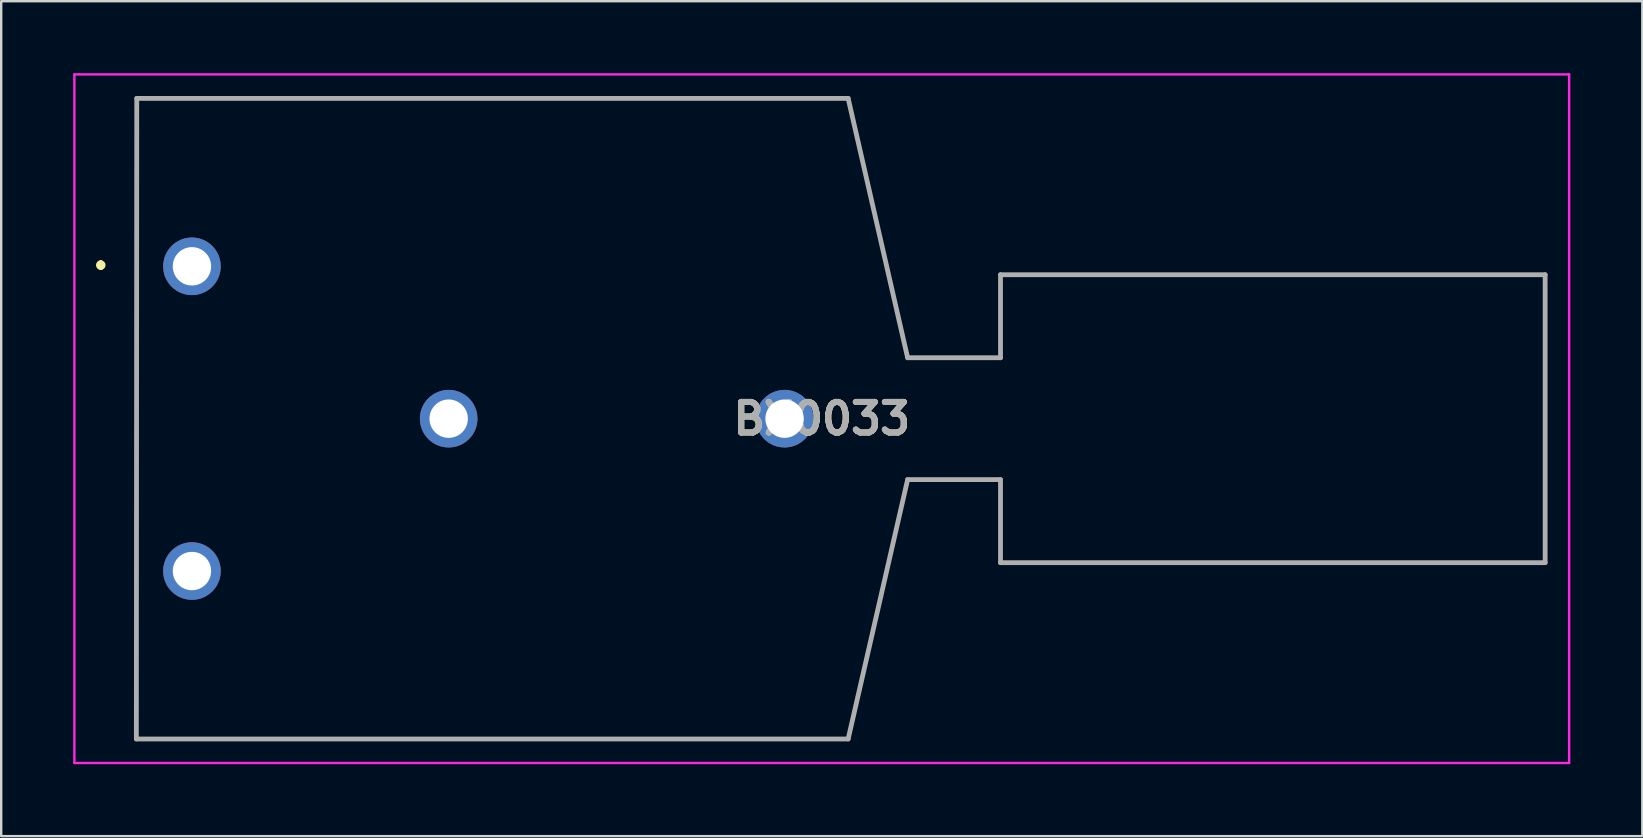
<source format=kicad_pcb>
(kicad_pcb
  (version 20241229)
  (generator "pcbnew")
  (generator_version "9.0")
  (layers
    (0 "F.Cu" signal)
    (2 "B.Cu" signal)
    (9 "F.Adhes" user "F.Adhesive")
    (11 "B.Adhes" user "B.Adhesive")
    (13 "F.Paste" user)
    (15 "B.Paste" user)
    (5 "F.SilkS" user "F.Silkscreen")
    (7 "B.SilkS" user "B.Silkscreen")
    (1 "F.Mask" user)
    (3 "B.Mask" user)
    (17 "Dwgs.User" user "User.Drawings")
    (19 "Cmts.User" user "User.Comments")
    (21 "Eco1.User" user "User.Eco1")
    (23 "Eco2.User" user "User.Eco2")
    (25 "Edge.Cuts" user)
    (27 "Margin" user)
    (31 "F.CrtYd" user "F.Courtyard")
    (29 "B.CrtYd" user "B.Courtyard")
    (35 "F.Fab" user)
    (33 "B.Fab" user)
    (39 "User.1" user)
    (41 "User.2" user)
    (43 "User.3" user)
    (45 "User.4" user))
  (footprint "BX0033"
    (layer "F.Cu")
    (at 2.65 14.4)
    (property "Reference" "BX0033" (at 28.55 0 0) (layer "F.SilkS") (effects (font (size 1.27 1.27) (thickness 0.254))))
    (attr through_hole)
    (fp_line (start -1.5 -6.5) (end -1.5 -6.5) (stroke (width 0.2) (type solid)) (layer "F.SilkS"))
    (fp_line (start -1.5 -6.3) (end -1.5 -6.3) (stroke (width 0.2) (type solid)) (layer "F.SilkS"))
    (fp_line (start -0.017 -13.35) (end -0.017 13.35) (stroke (width 0.1) (type solid)) (layer "F.SilkS"))
    (fp_line (start -0.017 13.35) (end 29.65 13.35) (stroke (width 0.1) (type solid)) (layer "F.SilkS"))
    (fp_line (start 29.65 -13.35) (end -0.017 -13.35) (stroke (width 0.1) (type solid)) (layer "F.SilkS"))
    (fp_line (start 29.65 13.35) (end 32.129 2.54) (stroke (width 0.1) (type solid)) (layer "F.SilkS"))
    (fp_line (start 32.129 -2.54) (end 29.65 -13.35) (stroke (width 0.1) (type solid)) (layer "F.SilkS"))
    (fp_line (start 32.129 2.54) (end 36 2.54) (stroke (width 0.1) (type solid)) (layer "F.SilkS"))
    (fp_line (start 36 -6) (end 36 -2.54) (stroke (width 0.1) (type solid)) (layer "F.SilkS"))
    (fp_line (start 36 -2.54) (end 32.129 -2.54) (stroke (width 0.1) (type solid)) (layer "F.SilkS"))
    (fp_line (start 36 2.54) (end 36 6) (stroke (width 0.1) (type solid)) (layer "F.SilkS"))
    (fp_line (start 36 6) (end 58.7 6) (stroke (width 0.1) (type solid)) (layer "F.SilkS"))
    (fp_line (start 58.7 -6) (end 36 -6) (stroke (width 0.1) (type solid)) (layer "F.SilkS"))
    (fp_line (start 58.7 6) (end 58.7 -6) (stroke (width 0.1) (type solid)) (layer "F.SilkS"))
    (fp_arc (start -1.5 -6.5) (mid -1.4 -6.4) (end -1.5 -6.3) (stroke (width 0.2) (type solid)) (layer "F.SilkS"))
    (fp_arc (start -1.5 -6.3) (mid -1.6 -6.4) (end -1.5 -6.5) (stroke (width 0.2) (type solid)) (layer "F.SilkS"))
    (fp_line (start -2.6 -14.35) (end 59.7 -14.35) (stroke (width 0.1) (type solid)) (layer "F.CrtYd"))
    (fp_line (start -2.6 14.35) (end -2.6 -14.35) (stroke (width 0.1) (type solid)) (layer "F.CrtYd"))
    (fp_line (start 59.7 -14.35) (end 59.7 14.35) (stroke (width 0.1) (type solid)) (layer "F.CrtYd"))
    (fp_line (start 59.7 14.35) (end -2.6 14.35) (stroke (width 0.1) (type solid)) (layer "F.CrtYd"))
    (fp_line (start -0.017 13.35) (end 29.65 13.35) (stroke (width 0.2) (type solid)) (layer "F.Fab"))
    (fp_line (start 0 -13.35) (end -0.017 13.35) (stroke (width 0.2) (type solid)) (layer "F.Fab"))
    (fp_line (start 29.65 -13.35) (end 0 -13.35) (stroke (width 0.2) (type solid)) (layer "F.Fab"))
    (fp_line (start 29.65 13.35) (end 32.129 2.54) (stroke (width 0.2) (type solid)) (layer "F.Fab"))
    (fp_line (start 32.129 -2.54) (end 29.65 -13.35) (stroke (width 0.2) (type solid)) (layer "F.Fab"))
    (fp_line (start 32.129 2.54) (end 36 2.54) (stroke (width 0.2) (type solid)) (layer "F.Fab"))
    (fp_line (start 36 -6) (end 36 -2.54) (stroke (width 0.2) (type solid)) (layer "F.Fab"))
    (fp_line (start 36 -2.54) (end 32.129 -2.54) (stroke (width 0.2) (type solid)) (layer "F.Fab"))
    (fp_line (start 36 2.54) (end 36 6) (stroke (width 0.2) (type solid)) (layer "F.Fab"))
    (fp_line (start 36 6) (end 58.7 6) (stroke (width 0.2) (type solid)) (layer "F.Fab"))
    (fp_line (start 58.7 -6) (end 36 -6) (stroke (width 0.2) (type solid)) (layer "F.Fab"))
    (fp_line (start 58.7 6) (end 58.7 -6) (stroke (width 0.2) (type solid)) (layer "F.Fab"))
    (fp_text user "${REFERENCE}" (at 28.55 0 0) (layer "F.Fab") (effects (font (size 1.27 1.27) (thickness 0.254))))
    (pad "1" thru_hole circle (at 2.3 -6.35) (size 2.4 2.4) (drill 1.6) (layers "*.Cu" "*.Mask"))
    (pad "2" thru_hole circle (at 2.3 6.35) (size 2.4 2.4) (drill 1.6) (layers "*.Cu" "*.Mask"))
    (pad "3" thru_hole circle (at 13 0) (size 2.4 2.4) (drill 1.6) (layers "*.Cu" "*.Mask"))
    (pad "4" thru_hole circle (at 27 0) (size 2.4 2.4) (drill 1.6) (layers "*.Cu" "*.Mask")))
  (gr_rect
    (start -3 -3)
    (end 65.4 31.8)
    (stroke (width 0.1) (type default))
    (fill no)
    (layer "Edge.Cuts")))
</source>
